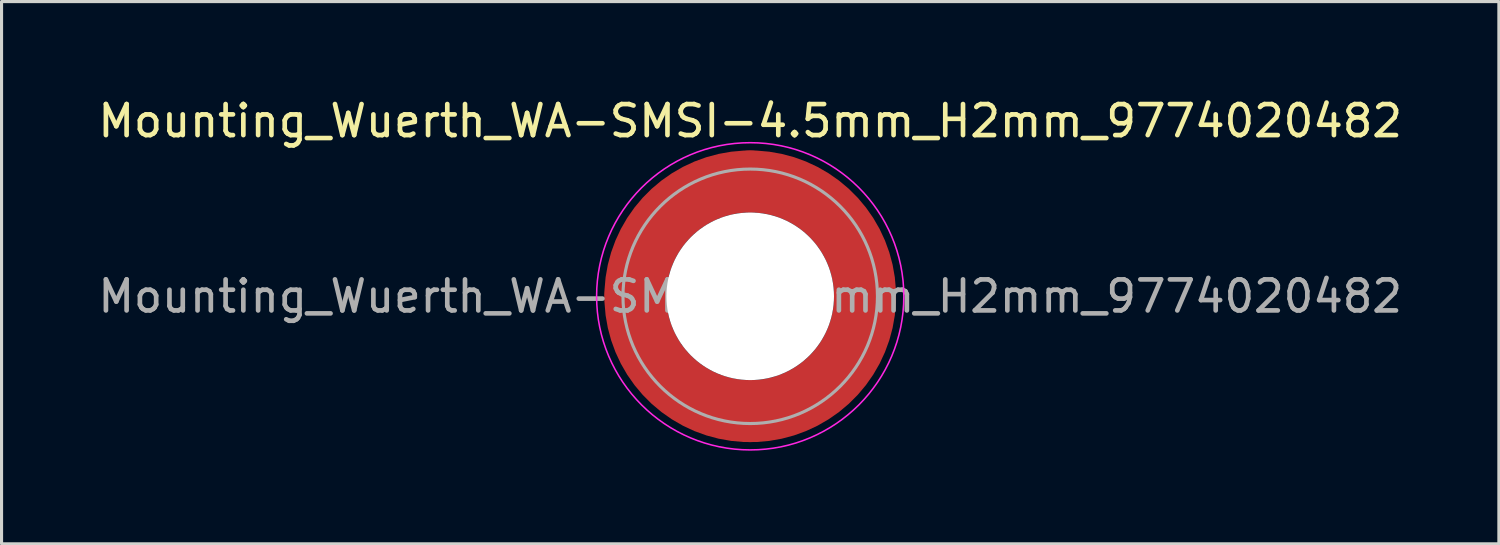
<source format=kicad_pcb>
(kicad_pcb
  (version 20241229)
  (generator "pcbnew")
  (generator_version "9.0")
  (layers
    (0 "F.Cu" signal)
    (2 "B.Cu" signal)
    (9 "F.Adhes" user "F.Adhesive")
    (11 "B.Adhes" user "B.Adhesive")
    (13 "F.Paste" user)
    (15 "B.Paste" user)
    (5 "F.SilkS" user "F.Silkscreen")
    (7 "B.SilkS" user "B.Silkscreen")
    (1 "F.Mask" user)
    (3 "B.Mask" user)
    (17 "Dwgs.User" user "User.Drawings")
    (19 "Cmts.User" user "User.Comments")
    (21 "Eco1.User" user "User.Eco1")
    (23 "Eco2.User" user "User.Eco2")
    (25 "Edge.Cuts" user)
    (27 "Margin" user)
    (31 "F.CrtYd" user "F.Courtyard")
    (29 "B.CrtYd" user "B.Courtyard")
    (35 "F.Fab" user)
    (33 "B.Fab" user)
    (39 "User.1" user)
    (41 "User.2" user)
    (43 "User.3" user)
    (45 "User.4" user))
  (footprint "Mounting_Wuerth_WA-SMSI-4.5mm_H2mm_9774020482"
    (layer "F.Cu")
    (at 21.125 6.498)
    (property "Reference" "Mounting_Wuerth_WA-SMSI-4.5mm_H2mm_9774020482" (at 0 -5.65 0) (layer "F.SilkS") (effects (font (size 1 1) (thickness 0.15))))
    (attr smd)
    (fp_circle (center 0 0) (end 4.95 0) (stroke (width 0.05) (type solid)) (fill no) (layer "F.CrtYd"))
    (fp_circle (center 0 0) (end 4.1 0) (stroke (width 0.1) (type solid)) (fill no) (layer "F.Fab"))
    (fp_text user "${REFERENCE}" (at 0 0 0) (layer "F.Fab") (effects (font (size 1 1) (thickness 0.15))))
    (pad "" smd custom (at -2.607 -2.607) (size 1.895 1.895) (layers "F.Paste") (options (anchor circle)) (primitives (gr_arc (start -0.485237 1.733706) (mid 0.334992 0.334992) (end 1.733706 -0.485237) (width 0.9475)) (gr_arc (start -0.975031 1.733706) (mid 0 0) (end 1.733706 -0.975031) (width 0.9475)) (gr_arc (start -1.461028 1.733706) (mid -0.334992 -0.334992) (end 1.733706 -1.461028) (width 0.9475)) (gr_line (start 1.734 -0.485) (end 1.734 -1.461) (width 0.948)) (gr_line (start -0.485 1.734) (end -1.461 1.734) (width 0.948))))
    (pad "" smd custom (at -2.607 2.607) (size 1.895 1.895) (layers "F.Paste") (options (anchor circle)) (primitives (gr_arc (start 1.733706 0.485237) (mid 0.334992 -0.334992) (end -0.485237 -1.733706) (width 0.9475)) (gr_arc (start 1.733706 0.975031) (mid 0 0) (end -0.975031 -1.733706) (width 0.9475)) (gr_arc (start 1.733706 1.461028) (mid -0.334992 0.334992) (end -1.461028 -1.733706) (width 0.9475)) (gr_line (start -0.485 -1.734) (end -1.461 -1.734) (width 0.948)) (gr_line (start 1.734 0.485) (end 1.734 1.461) (width 0.948))))
    (pad "" np_thru_hole circle (at 0 0) (size 5.4 5.4) (drill 5.4) (layers "*.Cu" "*.Mask"))
    (pad "" smd custom (at 2.607 -2.607) (size 1.895 1.895) (layers "F.Paste") (options (anchor circle)) (primitives (gr_arc (start -1.733706 -0.485237) (mid -0.334992 0.334992) (end 0.485237 1.733706) (width 0.9475)) (gr_arc (start -1.733706 -0.975031) (mid 0 0) (end 0.975031 1.733706) (width 0.9475)) (gr_arc (start -1.733706 -1.461028) (mid 0.334992 -0.334992) (end 1.461028 1.733706) (width 0.9475)) (gr_line (start 0.485 1.734) (end 1.461 1.734) (width 0.948)) (gr_line (start -1.734 -0.485) (end -1.734 -1.461) (width 0.948))))
    (pad "" smd custom (at 2.607 2.607) (size 1.895 1.895) (layers "F.Paste") (options (anchor circle)) (primitives (gr_arc (start 0.485237 -1.733706) (mid -0.334992 -0.334992) (end -1.733706 0.485237) (width 0.9475)) (gr_arc (start 0.975031 -1.733706) (mid 0 0) (end -1.733706 0.975031) (width 0.9475)) (gr_arc (start 1.461028 -1.733706) (mid 0.334992 0.334992) (end -1.733706 1.461028) (width 0.9475)) (gr_line (start -1.734 0.485) (end -1.734 1.461) (width 0.948)) (gr_line (start 0.485 -1.734) (end 1.461 -1.734) (width 0.948))))
    (pad "1" smd circle (at -3.7 0) (size 2 2) (layers "F.Cu"))
    (pad "1" smd circle (at 0 -3.7) (size 2 2) (layers "F.Cu"))
    (pad "1" smd circle (at 0 3.7) (size 2 2) (layers "F.Cu"))
    (pad "1" smd custom (at 3.7 0) (size 2 2) (layers "F.Cu" "F.Mask") (options (anchor circle)) (primitives (gr_circle (center -3.7 0) (end 0 0) (width 2) (fill no)))))
  (gr_rect
    (start -3 -3)
    (end 45.25 14.473)
    (stroke (width 0.1) (type default))
    (fill no)
    (layer "Edge.Cuts")))
</source>
